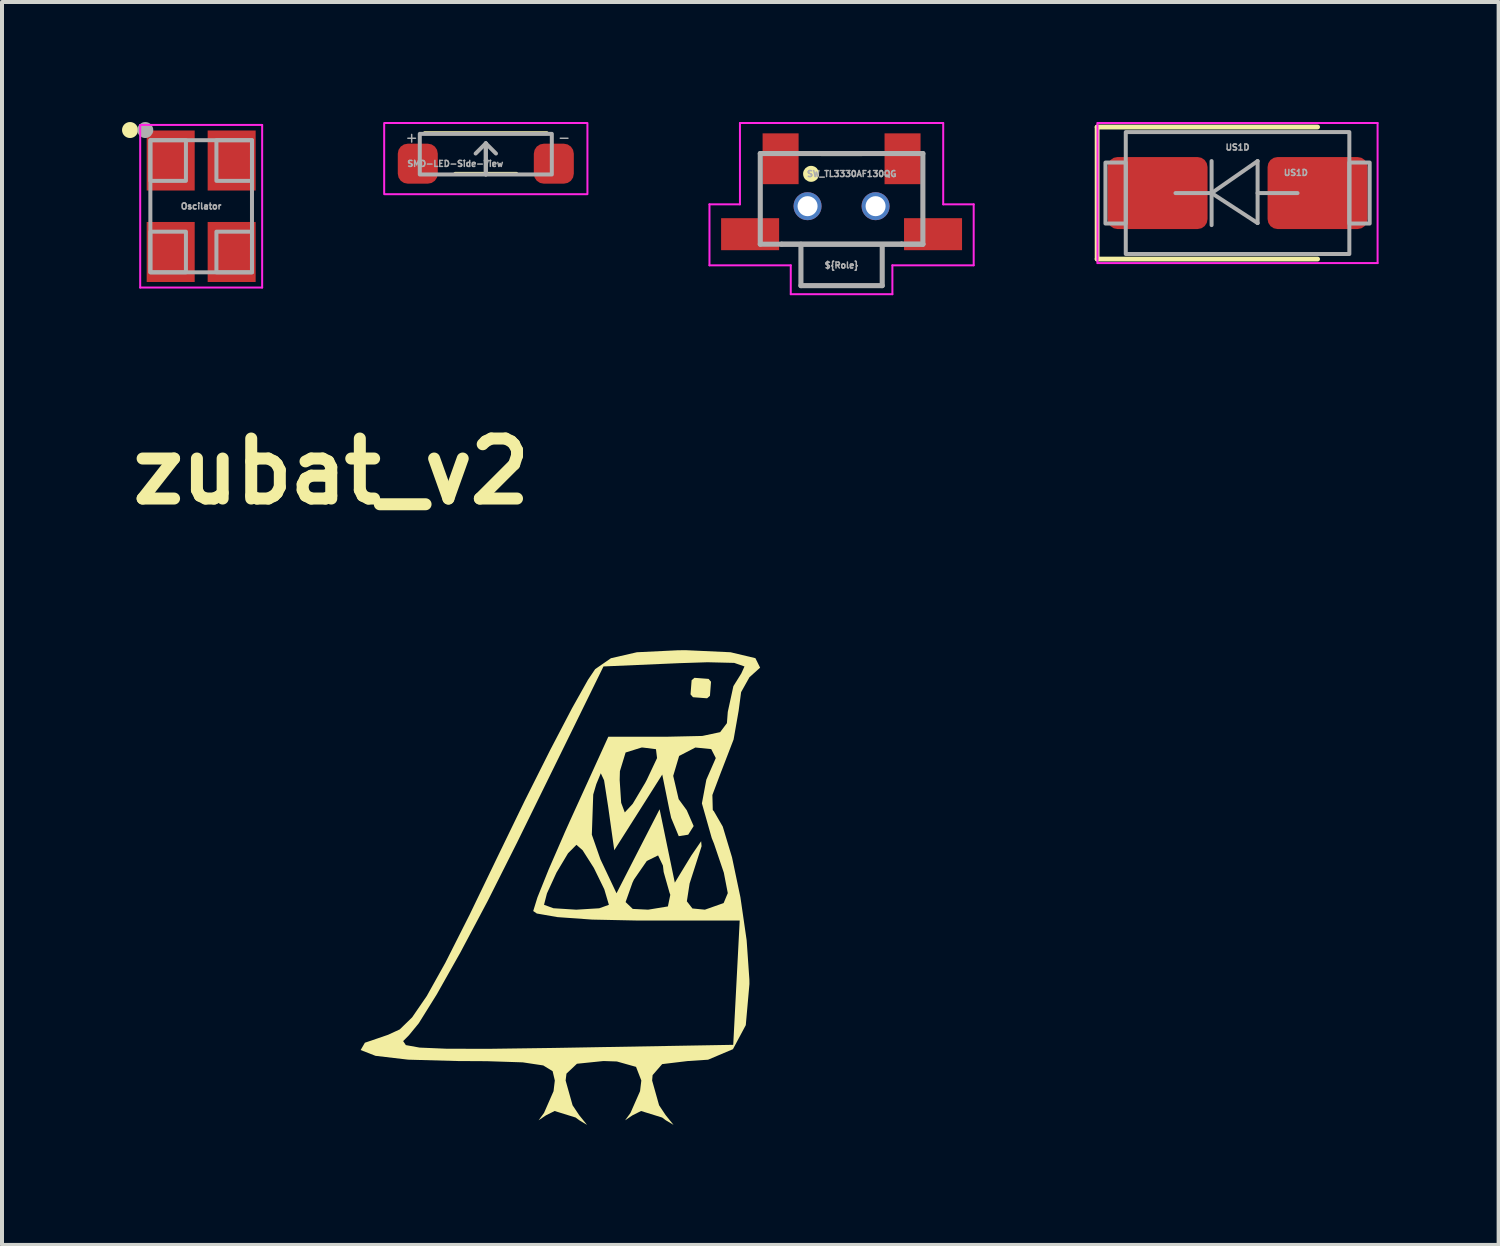
<source format=kicad_pcb>
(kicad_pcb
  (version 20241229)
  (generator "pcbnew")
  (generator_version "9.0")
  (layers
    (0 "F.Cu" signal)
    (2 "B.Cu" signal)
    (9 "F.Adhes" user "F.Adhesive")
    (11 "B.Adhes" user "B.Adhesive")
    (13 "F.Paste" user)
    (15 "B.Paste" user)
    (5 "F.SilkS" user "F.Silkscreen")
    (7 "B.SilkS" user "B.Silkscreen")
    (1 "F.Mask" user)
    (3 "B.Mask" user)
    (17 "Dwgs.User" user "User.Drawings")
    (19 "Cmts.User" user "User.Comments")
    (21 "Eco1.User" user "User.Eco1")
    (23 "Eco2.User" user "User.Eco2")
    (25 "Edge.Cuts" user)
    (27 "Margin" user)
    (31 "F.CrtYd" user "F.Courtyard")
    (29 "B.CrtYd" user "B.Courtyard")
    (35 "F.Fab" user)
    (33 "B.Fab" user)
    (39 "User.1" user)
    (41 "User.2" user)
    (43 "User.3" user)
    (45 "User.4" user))
  (footprint "SMD-LED-Side-View"
    (layer "F.Cu")
    (at 9.092 1.041)
    (property "Reference" "SMD-LED-Side-View" (at -0.762 0 0) (unlocked yes) (layer "F.Fab") (effects (font (size 0.15 0.15) (thickness 0.037))))
    (attr smd)
    (fp_line (start -1.524 -0.762) (end 1.524 -0.762) (stroke (width 0.1) (type default)) (layer "F.SilkS"))
    (fp_line (start -0.762 0.254) (end 0.762 0.254) (stroke (width 0.1) (type default)) (layer "F.SilkS"))
    (fp_rect (start -2.54 0.762) (end 2.54 -1.016) (stroke (width 0.05) (type default)) (fill no) (layer "F.CrtYd"))
    (fp_line (start 0 -0.508) (end -0.254 -0.254) (stroke (width 0.1) (type default)) (layer "F.Fab"))
    (fp_line (start 0 -0.508) (end 0 0.27) (stroke (width 0.1) (type default)) (layer "F.Fab"))
    (fp_line (start 0 -0.508) (end 0.254 -0.254) (stroke (width 0.1) (type default)) (layer "F.Fab"))
    (fp_line (start 0 0.27) (end 0 -0.508) (stroke (width 0.1) (type default)) (layer "F.Fab"))
    (fp_rect (start -1.65 -0.746) (end 1.65 0.27) (stroke (width 0.1) (type default)) (fill no) (layer "F.Fab"))
    (fp_text user "-" (at 1.778 -0.508 0) (unlocked yes) (layer "F.Fab") (effects (font (size 0.25 0.25) (thickness 0.037)) (justify left bottom)))
    (fp_text user "+" (at -2.032 -0.508 0) (unlocked yes) (layer "F.Fab") (effects (font (size 0.25 0.25) (thickness 0.037)) (justify left bottom)))
    (pad "1" smd roundrect (at 1.7 0) (size 1 1) (layers "F.Cu" "F.Mask" "F.Paste") (roundrect_rratio 0.25))
    (pad "2" smd roundrect (at -1.7 0) (size 1 1) (layers "F.Cu" "F.Mask" "F.Paste") (roundrect_rratio 0.25)))
  (footprint "Oscilator"
    (layer "F.Cu")
    (at 1.978 2.105)
    (property "Reference" "Oscilator" (at 0 0 0) (layer "F.Fab") (effects (font (size 0.15 0.15) (thickness 0.037))))
    (attr smd)
    (fp_circle (center -1.778 -1.905) (end -1.678 -1.905) (stroke (width 0.2) (type solid)) (fill no) (layer "F.SilkS"))
    (fp_line (start -1.524 -2.032) (end -1.524 2.032) (stroke (width 0.05) (type default)) (layer "F.CrtYd"))
    (fp_line (start -1.524 2.032) (end 1.524 2.032) (stroke (width 0.05) (type default)) (layer "F.CrtYd"))
    (fp_line (start 1.524 -2.032) (end -1.524 -2.032) (stroke (width 0.05) (type default)) (layer "F.CrtYd"))
    (fp_line (start 1.524 2.032) (end 1.524 -2.032) (stroke (width 0.05) (type default)) (layer "F.CrtYd"))
    (fp_rect (start -1.27 -1.651) (end -0.381 -0.635) (stroke (width 0.1) (type default)) (fill no) (layer "F.Fab"))
    (fp_rect (start -1.27 -1.651) (end 1.27 1.651) (stroke (width 0.1) (type default)) (fill no) (layer "F.Fab"))
    (fp_rect (start -1.27 1.651) (end -0.381 0.635) (stroke (width 0.1) (type default)) (fill no) (layer "F.Fab"))
    (fp_rect (start 1.27 -1.651) (end 0.381 -0.635) (stroke (width 0.1) (type default)) (fill no) (layer "F.Fab"))
    (fp_rect (start 1.27 1.651) (end 0.381 0.635) (stroke (width 0.1) (type default)) (fill no) (layer "F.Fab"))
    (fp_circle (center -1.397 -1.905) (end -1.297 -1.905) (stroke (width 0.2) (type solid)) (fill no) (layer "F.Fab"))
    (pad "1" smd rect (at -0.762 -1.143) (size 1.2 1.5) (layers "F.Cu" "F.Mask" "F.Paste"))
    (pad "2" smd rect (at -0.762 1.143) (size 1.2 1.5) (layers "F.Cu" "F.Mask" "F.Paste"))
    (pad "3" smd rect (at 0.762 1.143) (size 1.2 1.5) (layers "F.Cu" "F.Mask" "F.Paste"))
    (pad "4" smd rect (at 0.762 -1.143) (size 1.2 1.5) (layers "F.Cu" "F.Mask" "F.Paste")))
  (footprint "zubat_v2"
    (layer "F.Cu")
    (at 10.817 19.146)
    (property "Reference" "zubat_v2" (at -5.588 -10.414 0) (layer "F.SilkS") (effects (font (size 1.5 1.5) (thickness 0.3))))
    (attr board_only exclude_from_pos_files exclude_from_bom)
    (fp_poly (pts (xy 3.843 -5.228) (xy 3.904 -5.157) (xy 3.877 -4.804) (xy 3.806 -4.743) (xy 3.453 -4.77) (xy 3.392 -4.841) (xy 3.419 -5.194) (xy 3.49 -5.255)) (stroke (width 0) (type solid)) (fill yes) (layer "F.SilkS"))
    (fp_poly (pts (xy 4.392 -5.894) (xy 5.013 -5.746) (xy 5.131 -5.509) (xy 4.864 -5.269) (xy 4.656 -4.897) (xy 4.594 -4.429) (xy 4.468 -3.713) (xy 4.166 -2.929) (xy 4.163 -2.923) (xy 3.938 -2.326) (xy 3.948 -1.949) (xy 3.974 -1.923) (xy 4.197 -1.537) (xy 4.429 -0.767) (xy 4.639 0.231) (xy 4.794 1.302) (xy 4.863 2.29) (xy 4.864 2.398) (xy 4.773 3.426) (xy 4.452 4.027) (xy 3.83 4.29) (xy 3.324 4.323) (xy 2.683 4.4) (xy 2.444 4.675) (xy 2.432 4.81) (xy 2.606 5.429) (xy 2.77 5.675) (xy 2.967 5.919) (xy 2.773 5.803) (xy 2.682 5.735) (xy 2.156 5.572) (xy 1.939 5.681) (xy 1.756 5.805) (xy 1.891 5.62) (xy 2.13 5.077) (xy 2.162 4.81) (xy 2.03 4.469) (xy 1.551 4.334) (xy 1.216 4.323) (xy 0.553 4.391) (xy 0.291 4.638) (xy 0.27 4.81) (xy 0.444 5.429) (xy 0.608 5.675) (xy 0.805 5.919) (xy 0.611 5.803) (xy 0.52 5.735) (xy -0.005 5.572) (xy -0.223 5.681) (xy -0.406 5.805) (xy -0.27 5.62) (xy -0.032 5.077) (xy 0 4.81) (xy -0.055 4.577) (xy -0.289 4.433) (xy -0.802 4.356) (xy -1.695 4.327) (xy -2.432 4.323) (xy -3.664 4.289) (xy -4.482 4.193) (xy -4.853 4.048) (xy -4.747 3.865) (xy -4.628 3.825) (xy -3.791 3.825) (xy -3.723 3.925) (xy -3.379 3.987) (xy -2.693 4.016) (xy -1.603 4.017) (xy -0.042 3.996) (xy 0.141 3.993) (xy 4.459 3.918) (xy 4.54 2.364) (xy 4.621 0.811) (xy 2.04 0.811) (xy 0.934 0.788) (xy 0.065 0.726) (xy -0.45 0.636) (xy -0.54 0.574) (xy -0.492 0.418) (xy -0.27 0.418) (xy -0.035 0.504) (xy 0.532 0.54) (xy 0.54 0.54) (xy 1.11 0.505) (xy 1.351 0.419) (xy 1.351 0.418) (xy 1.331 0.35) (xy 1.769 0.35) (xy 1.948 0.521) (xy 2.332 0.54) (xy 2.826 0.459) (xy 2.886 0.169) (xy 2.866 0.113) (xy 2.72 -0.402) (xy 2.702 -0.563) (xy 2.581 -0.816) (xy 2.299 -0.677) (xy 1.978 -0.213) (xy 1.941 -0.135) (xy 1.769 0.35) (xy 1.331 0.35) (xy 1.236 0.029) (xy 0.976 -0.503) (xy 0.694 -0.946) (xy 0.54 -1.081) (xy 0.33 -0.869) (xy 0.042 -0.387) (xy -0.197 0.134) (xy -0.27 0.418) (xy -0.492 0.418) (xy -0.435 0.234) (xy -0.154 -0.465) (xy 0.225 -1.335) (xy 0.925 -1.335) (xy 1.14 -0.719) (xy 1.542 0.13) (xy 2.08 -0.92) (xy 2.619 -1.97) (xy 2.809 -1.052) (xy 2.999 -0.135) (xy 3.41 -0.811) (xy 3.657 -1.171) (xy 3.668 -1.046) (xy 3.636 -0.946) (xy 3.369 -0.114) (xy 3.3 0.331) (xy 3.439 0.51) (xy 3.751 0.54) (xy 4.219 0.375) (xy 4.323 0.126) (xy 4.224 -0.385) (xy 3.978 -1.111) (xy 3.922 -1.249) (xy 3.676 -2.117) (xy 3.787 -2.709) (xy 4.023 -3.249) (xy 3.909 -3.473) (xy 3.513 -3.513) (xy 3.107 -3.302) (xy 2.959 -2.804) (xy 3.095 -2.223) (xy 3.297 -1.946) (xy 3.47 -1.55) (xy 3.334 -1.334) (xy 3.097 -1.297) (xy 2.908 -1.753) (xy 2.866 -1.942) (xy 2.685 -2.837) (xy 2.086 -1.891) (xy 1.486 -0.946) (xy 1.334 -2.027) (xy 1.231 -2.694) (xy 1.227 -2.702) (xy 1.621 -2.702) (xy 1.658 -2.132) (xy 1.748 -1.892) (xy 1.749 -1.891) (xy 1.946 -2.105) (xy 2.257 -2.627) (xy 2.297 -2.702) (xy 2.555 -3.249) (xy 2.528 -3.471) (xy 2.194 -3.513) (xy 2.169 -3.513) (xy 1.769 -3.388) (xy 1.627 -2.922) (xy 1.621 -2.702) (xy 1.227 -2.702) (xy 1.149 -2.869) (xy 1.036 -2.596) (xy 0.96 -2.337) (xy 0.925 -1.335) (xy 0.225 -1.335) (xy 0.249 -1.392) (xy 0.398 -1.723) (xy 1.337 -3.783) (xy 2.83 -3.783) (xy 3.686 -3.802) (xy 4.132 -3.897) (xy 4.301 -4.121) (xy 4.323 -4.404) (xy 4.463 -5.047) (xy 4.661 -5.364) (xy 4.74 -5.539) (xy 4.484 -5.628) (xy 3.816 -5.644) (xy 3.107 -5.621) (xy 1.216 -5.539) (xy -0.951 -1.123) (xy -1.676 0.319) (xy -2.359 1.607) (xy -2.95 2.656) (xy -3.401 3.38) (xy -3.647 3.68) (xy -3.791 3.825) (xy -4.628 3.825) (xy -4.167 3.667) (xy -3.875 3.532) (xy -3.567 3.232) (xy -3.201 2.699) (xy -2.736 1.866) (xy -2.13 0.666) (xy -1.445 -0.754) (xy -0.755 -2.177) (xy -0.114 -3.454) (xy 0.429 -4.493) (xy 0.828 -5.204) (xy 1.008 -5.472) (xy 1.403 -5.745) (xy 2.051 -5.894) (xy 3.085 -5.944) (xy 3.284 -5.945)) (stroke (width 0) (type solid)) (fill yes) (layer "F.SilkS")))
  (footprint "US1D"
    (layer "F.Cu")
    (at 27.881 1.775)
    (property "Reference" "US1D" (at 1.778 -0.508 0) (layer "F.Fab") (effects (font (size 0.15 0.15) (thickness 0.037)) (justify right)))
    (attr smd)
    (fp_line (start -3.51 -1.65) (end -3.51 1.65) (stroke (width 0.12) (type solid)) (layer "F.SilkS"))
    (fp_line (start -3.51 -1.65) (end 2 -1.65) (stroke (width 0.12) (type solid)) (layer "F.SilkS"))
    (fp_line (start -3.51 1.65) (end 2 1.65) (stroke (width 0.12) (type solid)) (layer "F.SilkS"))
    (fp_line (start -3.5 -1.75) (end 3.5 -1.75) (stroke (width 0.05) (type solid)) (layer "F.CrtYd"))
    (fp_line (start -3.5 1.75) (end -3.5 -1.75) (stroke (width 0.05) (type solid)) (layer "F.CrtYd"))
    (fp_line (start 3.5 -1.75) (end 3.5 1.75) (stroke (width 0.05) (type solid)) (layer "F.CrtYd"))
    (fp_line (start 3.5 1.75) (end -3.5 1.75) (stroke (width 0.05) (type solid)) (layer "F.CrtYd"))
    (fp_line (start -0.649 -0.799) (end -0.649 0.801) (stroke (width 0.1) (type solid)) (layer "F.Fab"))
    (fp_line (start -0.649 0.001) (end -1.551 0.001) (stroke (width 0.1) (type solid)) (layer "F.Fab"))
    (fp_line (start -0.649 0.001) (end 0.501 -0.799) (stroke (width 0.1) (type solid)) (layer "F.Fab"))
    (fp_line (start -0.649 0.001) (end 0.501 0.75) (stroke (width 0.1) (type solid)) (layer "F.Fab"))
    (fp_line (start 0.501 0.001) (end 1.499 0.001) (stroke (width 0.1) (type solid)) (layer "F.Fab"))
    (fp_line (start 0.501 0.75) (end 0.501 -0.799) (stroke (width 0.1) (type solid)) (layer "F.Fab"))
    (fp_rect (start -3.302 -0.762) (end -2.794 0.762) (stroke (width 0.1) (type default)) (fill no) (layer "F.Fab"))
    (fp_rect (start -2.794 -1.524) (end 2.794 1.524) (stroke (width 0.1) (type default)) (fill no) (layer "F.Fab"))
    (fp_rect (start 2.794 -0.762) (end 3.302 0.762) (stroke (width 0.1) (type default)) (fill no) (layer "F.Fab"))
    (fp_text user "${REFERENCE}" (at 0 -1.143 0) (layer "F.Fab") (effects (font (size 0.15 0.15) (thickness 0.037))))
    (pad "1" smd roundrect (at -2 0) (size 2.5 1.8) (layers "F.Cu" "F.Mask" "F.Paste") (roundrect_rratio 0.139))
    (pad "2" smd roundrect (at 2 0) (size 2.5 1.8) (layers "F.Cu" "F.Mask" "F.Paste") (roundrect_rratio 0.139)))
  (footprint "SW_TL3330AF130QG"
    (layer "F.Cu")
    (at 17.984 1.803)
    (property "Reference" "SW_TL3330AF130QG" (at 0.254 -0.508 0) (layer "F.Fab") (effects (font (size 0.15 0.15) (thickness 0.037))))
    (attr smd)
    (fp_line (start -0.508 -1.016) (end 0.508 -1.016) (stroke (width 0.127) (type solid)) (layer "F.SilkS"))
    (fp_circle (center -0.762 -0.508) (end -0.662 -0.508) (stroke (width 0.2) (type solid)) (fill no) (layer "F.SilkS"))
    (fp_line (start -3.302 0.254) (end -2.54 0.254) (stroke (width 0.05) (type solid)) (layer "F.CrtYd"))
    (fp_line (start -3.302 1.778) (end -3.302 0.254) (stroke (width 0.05) (type solid)) (layer "F.CrtYd"))
    (fp_line (start -2.54 -1.778) (end 2.54 -1.778) (stroke (width 0.05) (type solid)) (layer "F.CrtYd"))
    (fp_line (start -2.54 0.254) (end -2.54 -1.778) (stroke (width 0.05) (type solid)) (layer "F.CrtYd"))
    (fp_line (start -1.27 1.778) (end -3.302 1.778) (stroke (width 0.05) (type solid)) (layer "F.CrtYd"))
    (fp_line (start -1.27 2.5) (end -1.27 1.778) (stroke (width 0.05) (type solid)) (layer "F.CrtYd"))
    (fp_line (start 1.27 1.778) (end 1.27 2.5) (stroke (width 0.05) (type solid)) (layer "F.CrtYd"))
    (fp_line (start 1.27 2.5) (end -1.27 2.5) (stroke (width 0.05) (type solid)) (layer "F.CrtYd"))
    (fp_line (start 2.54 -1.778) (end 2.54 0.254) (stroke (width 0.05) (type solid)) (layer "F.CrtYd"))
    (fp_line (start 2.54 0.254) (end 3.302 0.254) (stroke (width 0.05) (type solid)) (layer "F.CrtYd"))
    (fp_line (start 3.302 0.254) (end 3.302 1.778) (stroke (width 0.05) (type solid)) (layer "F.CrtYd"))
    (fp_line (start 3.302 1.778) (end 1.27 1.778) (stroke (width 0.05) (type solid)) (layer "F.CrtYd"))
    (fp_line (start -2.032 -1.016) (end 2.032 -1.016) (stroke (width 0.127) (type solid)) (layer "F.Fab"))
    (fp_line (start -2.032 1.25) (end -2.032 -1.016) (stroke (width 0.127) (type solid)) (layer "F.Fab"))
    (fp_line (start -2.032 1.25) (end -1.5 1.25) (stroke (width 0.127) (type solid)) (layer "F.Fab"))
    (fp_line (start -1.5 1.25) (end 1.5 1.25) (stroke (width 0.127) (type solid)) (layer "F.Fab"))
    (fp_line (start -1.5 1.25) (end 1.5 1.25) (stroke (width 0.127) (type solid)) (layer "F.Fab"))
    (fp_line (start -1.016 1.25) (end -1.016 2.286) (stroke (width 0.127) (type solid)) (layer "F.Fab"))
    (fp_line (start -1.016 2.286) (end 1.016 2.286) (stroke (width 0.127) (type solid)) (layer "F.Fab"))
    (fp_line (start 1.016 2.286) (end 1.016 1.278) (stroke (width 0.127) (type solid)) (layer "F.Fab"))
    (fp_line (start 1.5 1.25) (end 2.032 1.25) (stroke (width 0.127) (type solid)) (layer "F.Fab"))
    (fp_line (start 1.5 1.25) (end 2.032 1.25) (stroke (width 0.127) (type solid)) (layer "F.Fab"))
    (fp_line (start 2.032 -1.016) (end 2.032 1.25) (stroke (width 0.127) (type solid)) (layer "F.Fab"))
    (fp_text user "${Role}" (at 0 1.778 0) (layer "F.Fab") (effects (font (size 0.15 0.15) (thickness 0.037))))
    (pad "1" smd rect (at -1.524 -0.885) (size 0.9 1.27) (layers "F.Cu" "F.Mask" "F.Paste"))
    (pad "2" smd rect (at 1.524 -0.885) (size 0.9 1.27) (layers "F.Cu" "F.Mask" "F.Paste"))
    (pad "3" smd rect (at -2.286 1) (size 1.45 0.8) (layers "F.Cu" "F.Mask" "F.Paste"))
    (pad "3" thru_hole circle (at -0.85 0.3) (size 0.7 0.7) (drill 0.5) (layers "*.Cu" "*.Mask"))
    (pad "3" thru_hole circle (at 0.85 0.3) (size 0.7 0.7) (drill 0.5) (layers "*.Cu" "*.Mask"))
    (pad "3" smd rect (at 2.286 1) (size 1.45 0.8) (layers "F.Cu" "F.Mask" "F.Paste")))
  (gr_rect
    (start -3 -3)
    (end 34.406 28.065)
    (stroke (width 0.1) (type default))
    (fill no)
    (layer "Edge.Cuts")))
</source>
